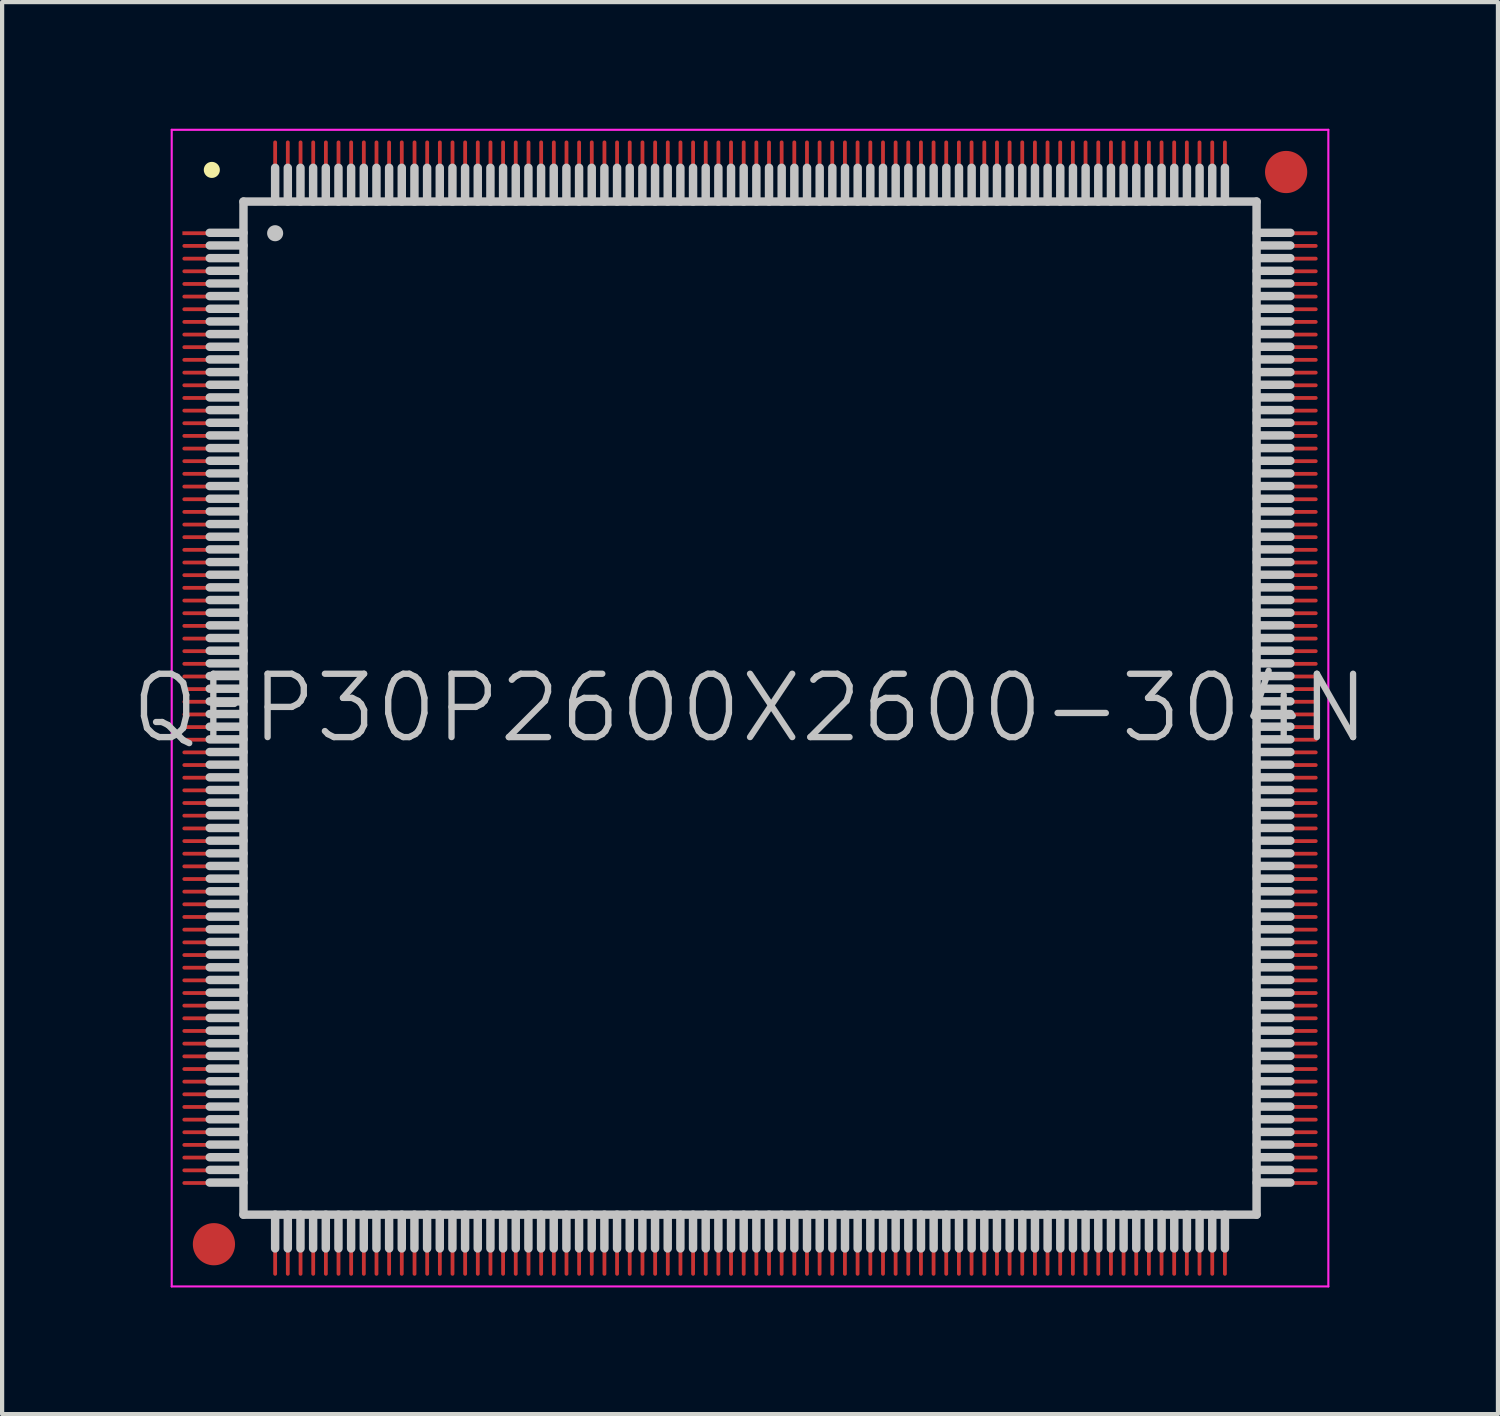
<source format=kicad_pcb>
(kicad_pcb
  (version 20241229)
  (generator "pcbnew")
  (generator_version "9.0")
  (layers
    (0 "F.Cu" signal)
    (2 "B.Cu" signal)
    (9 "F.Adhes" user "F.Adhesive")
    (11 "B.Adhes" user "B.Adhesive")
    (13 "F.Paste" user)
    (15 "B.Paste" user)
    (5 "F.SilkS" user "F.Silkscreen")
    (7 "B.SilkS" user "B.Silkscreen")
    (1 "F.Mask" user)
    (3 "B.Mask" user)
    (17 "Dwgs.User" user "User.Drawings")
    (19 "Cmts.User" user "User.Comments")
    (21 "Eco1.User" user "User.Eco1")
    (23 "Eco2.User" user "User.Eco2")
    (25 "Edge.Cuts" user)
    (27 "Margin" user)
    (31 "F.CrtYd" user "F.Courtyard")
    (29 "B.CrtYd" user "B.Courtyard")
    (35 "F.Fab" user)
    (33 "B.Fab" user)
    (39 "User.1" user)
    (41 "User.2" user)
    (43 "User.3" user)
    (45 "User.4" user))
  (footprint "QFP30P2600X2600-304N"
    (layer "F.Cu")
    (at 14.718 13.725)
    (property "Reference" "QFP30P2600X2600-304N" (at 0 0 0) (layer "Dwgs.User") (effects (font (size 1.5 1.5) (thickness 0.15))))
    (attr smd)
    (fp_line (start -12.75 -12.75) (end -12.75 -12.75) (stroke (width 0.381) (type solid)) (layer "F.SilkS"))
    (fp_line (start -12 -12) (end -12 12) (stroke (width 0.2) (type solid)) (layer "Dwgs.User"))
    (fp_line (start -12 -12) (end 12 -12) (stroke (width 0.2) (type solid)) (layer "Dwgs.User"))
    (fp_line (start -12 -11.26) (end -12.8 -11.26) (stroke (width 0.2) (type solid)) (layer "Dwgs.User"))
    (fp_line (start -12 -10.96) (end -12.8 -10.96) (stroke (width 0.2) (type solid)) (layer "Dwgs.User"))
    (fp_line (start -12 -10.66) (end -12.8 -10.66) (stroke (width 0.2) (type solid)) (layer "Dwgs.User"))
    (fp_line (start -12 -10.36) (end -12.8 -10.36) (stroke (width 0.2) (type solid)) (layer "Dwgs.User"))
    (fp_line (start -12 -10.06) (end -12.8 -10.06) (stroke (width 0.2) (type solid)) (layer "Dwgs.User"))
    (fp_line (start -12 -9.76) (end -12.8 -9.76) (stroke (width 0.2) (type solid)) (layer "Dwgs.User"))
    (fp_line (start -12 -9.46) (end -12.8 -9.46) (stroke (width 0.2) (type solid)) (layer "Dwgs.User"))
    (fp_line (start -12 -9.16) (end -12.8 -9.16) (stroke (width 0.2) (type solid)) (layer "Dwgs.User"))
    (fp_line (start -12 -8.86) (end -12.8 -8.86) (stroke (width 0.2) (type solid)) (layer "Dwgs.User"))
    (fp_line (start -12 -8.56) (end -12.8 -8.56) (stroke (width 0.2) (type solid)) (layer "Dwgs.User"))
    (fp_line (start -12 -8.26) (end -12.8 -8.26) (stroke (width 0.2) (type solid)) (layer "Dwgs.User"))
    (fp_line (start -12 -7.96) (end -12.8 -7.96) (stroke (width 0.2) (type solid)) (layer "Dwgs.User"))
    (fp_line (start -12 -7.66) (end -12.8 -7.66) (stroke (width 0.2) (type solid)) (layer "Dwgs.User"))
    (fp_line (start -12 -7.36) (end -12.8 -7.36) (stroke (width 0.2) (type solid)) (layer "Dwgs.User"))
    (fp_line (start -12 -7.06) (end -12.8 -7.06) (stroke (width 0.2) (type solid)) (layer "Dwgs.User"))
    (fp_line (start -12 -6.76) (end -12.8 -6.76) (stroke (width 0.2) (type solid)) (layer "Dwgs.User"))
    (fp_line (start -12 -6.46) (end -12.8 -6.46) (stroke (width 0.2) (type solid)) (layer "Dwgs.User"))
    (fp_line (start -12 -6.16) (end -12.8 -6.16) (stroke (width 0.2) (type solid)) (layer "Dwgs.User"))
    (fp_line (start -12 -5.86) (end -12.8 -5.86) (stroke (width 0.2) (type solid)) (layer "Dwgs.User"))
    (fp_line (start -12 -5.56) (end -12.8 -5.56) (stroke (width 0.2) (type solid)) (layer "Dwgs.User"))
    (fp_line (start -12 -5.26) (end -12.8 -5.26) (stroke (width 0.2) (type solid)) (layer "Dwgs.User"))
    (fp_line (start -12 -4.96) (end -12.8 -4.96) (stroke (width 0.2) (type solid)) (layer "Dwgs.User"))
    (fp_line (start -12 -4.66) (end -12.8 -4.66) (stroke (width 0.2) (type solid)) (layer "Dwgs.User"))
    (fp_line (start -12 -4.36) (end -12.8 -4.36) (stroke (width 0.2) (type solid)) (layer "Dwgs.User"))
    (fp_line (start -12 -4.06) (end -12.8 -4.06) (stroke (width 0.2) (type solid)) (layer "Dwgs.User"))
    (fp_line (start -12 -3.76) (end -12.8 -3.76) (stroke (width 0.2) (type solid)) (layer "Dwgs.User"))
    (fp_line (start -12 -3.46) (end -12.8 -3.46) (stroke (width 0.2) (type solid)) (layer "Dwgs.User"))
    (fp_line (start -12 -3.16) (end -12.8 -3.16) (stroke (width 0.2) (type solid)) (layer "Dwgs.User"))
    (fp_line (start -12 -2.86) (end -12.8 -2.86) (stroke (width 0.2) (type solid)) (layer "Dwgs.User"))
    (fp_line (start -12 -2.56) (end -12.8 -2.56) (stroke (width 0.2) (type solid)) (layer "Dwgs.User"))
    (fp_line (start -12 -2.26) (end -12.8 -2.26) (stroke (width 0.2) (type solid)) (layer "Dwgs.User"))
    (fp_line (start -12 -1.96) (end -12.8 -1.96) (stroke (width 0.2) (type solid)) (layer "Dwgs.User"))
    (fp_line (start -12 -1.66) (end -12.8 -1.66) (stroke (width 0.2) (type solid)) (layer "Dwgs.User"))
    (fp_line (start -12 -1.36) (end -12.8 -1.36) (stroke (width 0.2) (type solid)) (layer "Dwgs.User"))
    (fp_line (start -12 -1.06) (end -12.8 -1.06) (stroke (width 0.2) (type solid)) (layer "Dwgs.User"))
    (fp_line (start -12 -0.76) (end -12.8 -0.76) (stroke (width 0.2) (type solid)) (layer "Dwgs.User"))
    (fp_line (start -12 -0.46) (end -12.8 -0.46) (stroke (width 0.2) (type solid)) (layer "Dwgs.User"))
    (fp_line (start -12 -0.16) (end -12.8 -0.16) (stroke (width 0.2) (type solid)) (layer "Dwgs.User"))
    (fp_line (start -12 0.14) (end -12.8 0.14) (stroke (width 0.2) (type solid)) (layer "Dwgs.User"))
    (fp_line (start -12 0.44) (end -12.8 0.44) (stroke (width 0.2) (type solid)) (layer "Dwgs.User"))
    (fp_line (start -12 0.74) (end -12.8 0.74) (stroke (width 0.2) (type solid)) (layer "Dwgs.User"))
    (fp_line (start -12 1.04) (end -12.8 1.04) (stroke (width 0.2) (type solid)) (layer "Dwgs.User"))
    (fp_line (start -12 1.34) (end -12.8 1.34) (stroke (width 0.2) (type solid)) (layer "Dwgs.User"))
    (fp_line (start -12 1.64) (end -12.8 1.64) (stroke (width 0.2) (type solid)) (layer "Dwgs.User"))
    (fp_line (start -12 1.94) (end -12.8 1.94) (stroke (width 0.2) (type solid)) (layer "Dwgs.User"))
    (fp_line (start -12 2.24) (end -12.8 2.24) (stroke (width 0.2) (type solid)) (layer "Dwgs.User"))
    (fp_line (start -12 2.54) (end -12.8 2.54) (stroke (width 0.2) (type solid)) (layer "Dwgs.User"))
    (fp_line (start -12 2.84) (end -12.8 2.84) (stroke (width 0.2) (type solid)) (layer "Dwgs.User"))
    (fp_line (start -12 3.14) (end -12.8 3.14) (stroke (width 0.2) (type solid)) (layer "Dwgs.User"))
    (fp_line (start -12 3.44) (end -12.8 3.44) (stroke (width 0.2) (type solid)) (layer "Dwgs.User"))
    (fp_line (start -12 3.74) (end -12.8 3.74) (stroke (width 0.2) (type solid)) (layer "Dwgs.User"))
    (fp_line (start -12 4.04) (end -12.8 4.04) (stroke (width 0.2) (type solid)) (layer "Dwgs.User"))
    (fp_line (start -12 4.34) (end -12.8 4.34) (stroke (width 0.2) (type solid)) (layer "Dwgs.User"))
    (fp_line (start -12 4.64) (end -12.8 4.64) (stroke (width 0.2) (type solid)) (layer "Dwgs.User"))
    (fp_line (start -12 4.94) (end -12.8 4.94) (stroke (width 0.2) (type solid)) (layer "Dwgs.User"))
    (fp_line (start -12 5.24) (end -12.8 5.24) (stroke (width 0.2) (type solid)) (layer "Dwgs.User"))
    (fp_line (start -12 5.54) (end -12.8 5.54) (stroke (width 0.2) (type solid)) (layer "Dwgs.User"))
    (fp_line (start -12 5.84) (end -12.8 5.84) (stroke (width 0.2) (type solid)) (layer "Dwgs.User"))
    (fp_line (start -12 6.14) (end -12.8 6.14) (stroke (width 0.2) (type solid)) (layer "Dwgs.User"))
    (fp_line (start -12 6.44) (end -12.8 6.44) (stroke (width 0.2) (type solid)) (layer "Dwgs.User"))
    (fp_line (start -12 6.74) (end -12.8 6.74) (stroke (width 0.2) (type solid)) (layer "Dwgs.User"))
    (fp_line (start -12 7.04) (end -12.8 7.04) (stroke (width 0.2) (type solid)) (layer "Dwgs.User"))
    (fp_line (start -12 7.34) (end -12.8 7.34) (stroke (width 0.2) (type solid)) (layer "Dwgs.User"))
    (fp_line (start -12 7.64) (end -12.8 7.64) (stroke (width 0.2) (type solid)) (layer "Dwgs.User"))
    (fp_line (start -12 7.94) (end -12.8 7.94) (stroke (width 0.2) (type solid)) (layer "Dwgs.User"))
    (fp_line (start -12 8.24) (end -12.8 8.24) (stroke (width 0.2) (type solid)) (layer "Dwgs.User"))
    (fp_line (start -12 8.54) (end -12.8 8.54) (stroke (width 0.2) (type solid)) (layer "Dwgs.User"))
    (fp_line (start -12 8.84) (end -12.8 8.84) (stroke (width 0.2) (type solid)) (layer "Dwgs.User"))
    (fp_line (start -12 9.14) (end -12.8 9.14) (stroke (width 0.2) (type solid)) (layer "Dwgs.User"))
    (fp_line (start -12 9.44) (end -12.8 9.44) (stroke (width 0.2) (type solid)) (layer "Dwgs.User"))
    (fp_line (start -12 9.74) (end -12.8 9.74) (stroke (width 0.2) (type solid)) (layer "Dwgs.User"))
    (fp_line (start -12 10.04) (end -12.8 10.04) (stroke (width 0.2) (type solid)) (layer "Dwgs.User"))
    (fp_line (start -12 10.34) (end -12.8 10.34) (stroke (width 0.2) (type solid)) (layer "Dwgs.User"))
    (fp_line (start -12 10.64) (end -12.8 10.64) (stroke (width 0.2) (type solid)) (layer "Dwgs.User"))
    (fp_line (start -12 10.94) (end -12.8 10.94) (stroke (width 0.2) (type solid)) (layer "Dwgs.User"))
    (fp_line (start -12 11.24) (end -12.8 11.24) (stroke (width 0.2) (type solid)) (layer "Dwgs.User"))
    (fp_line (start -12 12) (end 12 12) (stroke (width 0.2) (type solid)) (layer "Dwgs.User"))
    (fp_line (start -11.25 -12) (end -11.25 -12.8) (stroke (width 0.2) (type solid)) (layer "Dwgs.User"))
    (fp_line (start -11.25 -11.25) (end -11.25 -11.25) (stroke (width 0.381) (type solid)) (layer "Dwgs.User"))
    (fp_line (start -11.25 12.8) (end -11.25 12) (stroke (width 0.2) (type solid)) (layer "Dwgs.User"))
    (fp_line (start -10.95 -12) (end -10.95 -12.8) (stroke (width 0.2) (type solid)) (layer "Dwgs.User"))
    (fp_line (start -10.95 12.8) (end -10.95 12) (stroke (width 0.2) (type solid)) (layer "Dwgs.User"))
    (fp_line (start -10.65 -12) (end -10.65 -12.8) (stroke (width 0.2) (type solid)) (layer "Dwgs.User"))
    (fp_line (start -10.65 12.8) (end -10.65 12) (stroke (width 0.2) (type solid)) (layer "Dwgs.User"))
    (fp_line (start -10.35 -12) (end -10.35 -12.8) (stroke (width 0.2) (type solid)) (layer "Dwgs.User"))
    (fp_line (start -10.35 12.8) (end -10.35 12) (stroke (width 0.2) (type solid)) (layer "Dwgs.User"))
    (fp_line (start -10.05 -12) (end -10.05 -12.8) (stroke (width 0.2) (type solid)) (layer "Dwgs.User"))
    (fp_line (start -10.05 12.8) (end -10.05 12) (stroke (width 0.2) (type solid)) (layer "Dwgs.User"))
    (fp_line (start -9.75 -12) (end -9.75 -12.8) (stroke (width 0.2) (type solid)) (layer "Dwgs.User"))
    (fp_line (start -9.75 12.8) (end -9.75 12) (stroke (width 0.2) (type solid)) (layer "Dwgs.User"))
    (fp_line (start -9.45 -12) (end -9.45 -12.8) (stroke (width 0.2) (type solid)) (layer "Dwgs.User"))
    (fp_line (start -9.45 12.8) (end -9.45 12) (stroke (width 0.2) (type solid)) (layer "Dwgs.User"))
    (fp_line (start -9.15 -12) (end -9.15 -12.8) (stroke (width 0.2) (type solid)) (layer "Dwgs.User"))
    (fp_line (start -9.15 12.8) (end -9.15 12) (stroke (width 0.2) (type solid)) (layer "Dwgs.User"))
    (fp_line (start -8.85 -12) (end -8.85 -12.8) (stroke (width 0.2) (type solid)) (layer "Dwgs.User"))
    (fp_line (start -8.85 12.8) (end -8.85 12) (stroke (width 0.2) (type solid)) (layer "Dwgs.User"))
    (fp_line (start -8.55 -12) (end -8.55 -12.8) (stroke (width 0.2) (type solid)) (layer "Dwgs.User"))
    (fp_line (start -8.55 12.8) (end -8.55 12) (stroke (width 0.2) (type solid)) (layer "Dwgs.User"))
    (fp_line (start -8.25 -12) (end -8.25 -12.8) (stroke (width 0.2) (type solid)) (layer "Dwgs.User"))
    (fp_line (start -8.25 12.8) (end -8.25 12) (stroke (width 0.2) (type solid)) (layer "Dwgs.User"))
    (fp_line (start -7.95 -12) (end -7.95 -12.8) (stroke (width 0.2) (type solid)) (layer "Dwgs.User"))
    (fp_line (start -7.95 12.8) (end -7.95 12) (stroke (width 0.2) (type solid)) (layer "Dwgs.User"))
    (fp_line (start -7.65 -12) (end -7.65 -12.8) (stroke (width 0.2) (type solid)) (layer "Dwgs.User"))
    (fp_line (start -7.65 12.8) (end -7.65 12) (stroke (width 0.2) (type solid)) (layer "Dwgs.User"))
    (fp_line (start -7.35 -12) (end -7.35 -12.8) (stroke (width 0.2) (type solid)) (layer "Dwgs.User"))
    (fp_line (start -7.35 12.8) (end -7.35 12) (stroke (width 0.2) (type solid)) (layer "Dwgs.User"))
    (fp_line (start -7.05 -12) (end -7.05 -12.8) (stroke (width 0.2) (type solid)) (layer "Dwgs.User"))
    (fp_line (start -7.05 12.8) (end -7.05 12) (stroke (width 0.2) (type solid)) (layer "Dwgs.User"))
    (fp_line (start -6.75 -12) (end -6.75 -12.8) (stroke (width 0.2) (type solid)) (layer "Dwgs.User"))
    (fp_line (start -6.75 12.8) (end -6.75 12) (stroke (width 0.2) (type solid)) (layer "Dwgs.User"))
    (fp_line (start -6.45 -12) (end -6.45 -12.8) (stroke (width 0.2) (type solid)) (layer "Dwgs.User"))
    (fp_line (start -6.45 12.8) (end -6.45 12) (stroke (width 0.2) (type solid)) (layer "Dwgs.User"))
    (fp_line (start -6.15 -12) (end -6.15 -12.8) (stroke (width 0.2) (type solid)) (layer "Dwgs.User"))
    (fp_line (start -6.15 12.8) (end -6.15 12) (stroke (width 0.2) (type solid)) (layer "Dwgs.User"))
    (fp_line (start -5.85 -12) (end -5.85 -12.8) (stroke (width 0.2) (type solid)) (layer "Dwgs.User"))
    (fp_line (start -5.85 12.8) (end -5.85 12) (stroke (width 0.2) (type solid)) (layer "Dwgs.User"))
    (fp_line (start -5.55 -12) (end -5.55 -12.8) (stroke (width 0.2) (type solid)) (layer "Dwgs.User"))
    (fp_line (start -5.55 12.8) (end -5.55 12) (stroke (width 0.2) (type solid)) (layer "Dwgs.User"))
    (fp_line (start -5.25 -12) (end -5.25 -12.8) (stroke (width 0.2) (type solid)) (layer "Dwgs.User"))
    (fp_line (start -5.25 12.8) (end -5.25 12) (stroke (width 0.2) (type solid)) (layer "Dwgs.User"))
    (fp_line (start -4.95 -12) (end -4.95 -12.8) (stroke (width 0.2) (type solid)) (layer "Dwgs.User"))
    (fp_line (start -4.95 12.8) (end -4.95 12) (stroke (width 0.2) (type solid)) (layer "Dwgs.User"))
    (fp_line (start -4.65 -12) (end -4.65 -12.8) (stroke (width 0.2) (type solid)) (layer "Dwgs.User"))
    (fp_line (start -4.65 12.8) (end -4.65 12) (stroke (width 0.2) (type solid)) (layer "Dwgs.User"))
    (fp_line (start -4.35 -12) (end -4.35 -12.8) (stroke (width 0.2) (type solid)) (layer "Dwgs.User"))
    (fp_line (start -4.35 12.8) (end -4.35 12) (stroke (width 0.2) (type solid)) (layer "Dwgs.User"))
    (fp_line (start -4.05 -12) (end -4.05 -12.8) (stroke (width 0.2) (type solid)) (layer "Dwgs.User"))
    (fp_line (start -4.05 12.8) (end -4.05 12) (stroke (width 0.2) (type solid)) (layer "Dwgs.User"))
    (fp_line (start -3.75 -12) (end -3.75 -12.8) (stroke (width 0.2) (type solid)) (layer "Dwgs.User"))
    (fp_line (start -3.75 12.8) (end -3.75 12) (stroke (width 0.2) (type solid)) (layer "Dwgs.User"))
    (fp_line (start -3.45 -12) (end -3.45 -12.8) (stroke (width 0.2) (type solid)) (layer "Dwgs.User"))
    (fp_line (start -3.45 12.8) (end -3.45 12) (stroke (width 0.2) (type solid)) (layer "Dwgs.User"))
    (fp_line (start -3.15 -12) (end -3.15 -12.8) (stroke (width 0.2) (type solid)) (layer "Dwgs.User"))
    (fp_line (start -3.15 12.8) (end -3.15 12) (stroke (width 0.2) (type solid)) (layer "Dwgs.User"))
    (fp_line (start -2.85 -12) (end -2.85 -12.8) (stroke (width 0.2) (type solid)) (layer "Dwgs.User"))
    (fp_line (start -2.85 12.8) (end -2.85 12) (stroke (width 0.2) (type solid)) (layer "Dwgs.User"))
    (fp_line (start -2.55 -12) (end -2.55 -12.8) (stroke (width 0.2) (type solid)) (layer "Dwgs.User"))
    (fp_line (start -2.55 12.8) (end -2.55 12) (stroke (width 0.2) (type solid)) (layer "Dwgs.User"))
    (fp_line (start -2.25 -12) (end -2.25 -12.8) (stroke (width 0.2) (type solid)) (layer "Dwgs.User"))
    (fp_line (start -2.25 12.8) (end -2.25 12) (stroke (width 0.2) (type solid)) (layer "Dwgs.User"))
    (fp_line (start -1.95 -12) (end -1.95 -12.8) (stroke (width 0.2) (type solid)) (layer "Dwgs.User"))
    (fp_line (start -1.95 12.8) (end -1.95 12) (stroke (width 0.2) (type solid)) (layer "Dwgs.User"))
    (fp_line (start -1.65 -12) (end -1.65 -12.8) (stroke (width 0.2) (type solid)) (layer "Dwgs.User"))
    (fp_line (start -1.65 12.8) (end -1.65 12) (stroke (width 0.2) (type solid)) (layer "Dwgs.User"))
    (fp_line (start -1.35 -12) (end -1.35 -12.8) (stroke (width 0.2) (type solid)) (layer "Dwgs.User"))
    (fp_line (start -1.35 12.8) (end -1.35 12) (stroke (width 0.2) (type solid)) (layer "Dwgs.User"))
    (fp_line (start -1.05 -12) (end -1.05 -12.8) (stroke (width 0.2) (type solid)) (layer "Dwgs.User"))
    (fp_line (start -1.05 12.8) (end -1.05 12) (stroke (width 0.2) (type solid)) (layer "Dwgs.User"))
    (fp_line (start -0.75 -12) (end -0.75 -12.8) (stroke (width 0.2) (type solid)) (layer "Dwgs.User"))
    (fp_line (start -0.75 12.8) (end -0.75 12) (stroke (width 0.2) (type solid)) (layer "Dwgs.User"))
    (fp_line (start -0.45 -12) (end -0.45 -12.8) (stroke (width 0.2) (type solid)) (layer "Dwgs.User"))
    (fp_line (start -0.45 12.8) (end -0.45 12) (stroke (width 0.2) (type solid)) (layer "Dwgs.User"))
    (fp_line (start -0.15 -12) (end -0.15 -12.8) (stroke (width 0.2) (type solid)) (layer "Dwgs.User"))
    (fp_line (start -0.15 12.8) (end -0.15 12) (stroke (width 0.2) (type solid)) (layer "Dwgs.User"))
    (fp_line (start 0.15 -12) (end 0.15 -12.8) (stroke (width 0.2) (type solid)) (layer "Dwgs.User"))
    (fp_line (start 0.15 12.8) (end 0.15 12) (stroke (width 0.2) (type solid)) (layer "Dwgs.User"))
    (fp_line (start 0.45 -12) (end 0.45 -12.8) (stroke (width 0.2) (type solid)) (layer "Dwgs.User"))
    (fp_line (start 0.45 12.8) (end 0.45 12) (stroke (width 0.2) (type solid)) (layer "Dwgs.User"))
    (fp_line (start 0.75 -12) (end 0.75 -12.8) (stroke (width 0.2) (type solid)) (layer "Dwgs.User"))
    (fp_line (start 0.75 12.8) (end 0.75 12) (stroke (width 0.2) (type solid)) (layer "Dwgs.User"))
    (fp_line (start 1.05 -12) (end 1.05 -12.8) (stroke (width 0.2) (type solid)) (layer "Dwgs.User"))
    (fp_line (start 1.05 12.8) (end 1.05 12) (stroke (width 0.2) (type solid)) (layer "Dwgs.User"))
    (fp_line (start 1.35 -12) (end 1.35 -12.8) (stroke (width 0.2) (type solid)) (layer "Dwgs.User"))
    (fp_line (start 1.35 12.8) (end 1.35 12) (stroke (width 0.2) (type solid)) (layer "Dwgs.User"))
    (fp_line (start 1.65 -12) (end 1.65 -12.8) (stroke (width 0.2) (type solid)) (layer "Dwgs.User"))
    (fp_line (start 1.65 12.8) (end 1.65 12) (stroke (width 0.2) (type solid)) (layer "Dwgs.User"))
    (fp_line (start 1.95 -12) (end 1.95 -12.8) (stroke (width 0.2) (type solid)) (layer "Dwgs.User"))
    (fp_line (start 1.95 12.8) (end 1.95 12) (stroke (width 0.2) (type solid)) (layer "Dwgs.User"))
    (fp_line (start 2.25 -12) (end 2.25 -12.8) (stroke (width 0.2) (type solid)) (layer "Dwgs.User"))
    (fp_line (start 2.25 12.8) (end 2.25 12) (stroke (width 0.2) (type solid)) (layer "Dwgs.User"))
    (fp_line (start 2.55 -12) (end 2.55 -12.8) (stroke (width 0.2) (type solid)) (layer "Dwgs.User"))
    (fp_line (start 2.55 12.8) (end 2.55 12) (stroke (width 0.2) (type solid)) (layer "Dwgs.User"))
    (fp_line (start 2.85 -12) (end 2.85 -12.8) (stroke (width 0.2) (type solid)) (layer "Dwgs.User"))
    (fp_line (start 2.85 12.8) (end 2.85 12) (stroke (width 0.2) (type solid)) (layer "Dwgs.User"))
    (fp_line (start 3.15 -12) (end 3.15 -12.8) (stroke (width 0.2) (type solid)) (layer "Dwgs.User"))
    (fp_line (start 3.15 12.8) (end 3.15 12) (stroke (width 0.2) (type solid)) (layer "Dwgs.User"))
    (fp_line (start 3.45 -12) (end 3.45 -12.8) (stroke (width 0.2) (type solid)) (layer "Dwgs.User"))
    (fp_line (start 3.45 12.8) (end 3.45 12) (stroke (width 0.2) (type solid)) (layer "Dwgs.User"))
    (fp_line (start 3.75 -12) (end 3.75 -12.8) (stroke (width 0.2) (type solid)) (layer "Dwgs.User"))
    (fp_line (start 3.75 12.8) (end 3.75 12) (stroke (width 0.2) (type solid)) (layer "Dwgs.User"))
    (fp_line (start 4.05 -12) (end 4.05 -12.8) (stroke (width 0.2) (type solid)) (layer "Dwgs.User"))
    (fp_line (start 4.05 12.8) (end 4.05 12) (stroke (width 0.2) (type solid)) (layer "Dwgs.User"))
    (fp_line (start 4.35 -12) (end 4.35 -12.8) (stroke (width 0.2) (type solid)) (layer "Dwgs.User"))
    (fp_line (start 4.35 12.8) (end 4.35 12) (stroke (width 0.2) (type solid)) (layer "Dwgs.User"))
    (fp_line (start 4.65 -12) (end 4.65 -12.8) (stroke (width 0.2) (type solid)) (layer "Dwgs.User"))
    (fp_line (start 4.65 12.8) (end 4.65 12) (stroke (width 0.2) (type solid)) (layer "Dwgs.User"))
    (fp_line (start 4.95 -12) (end 4.95 -12.8) (stroke (width 0.2) (type solid)) (layer "Dwgs.User"))
    (fp_line (start 4.95 12.8) (end 4.95 12) (stroke (width 0.2) (type solid)) (layer "Dwgs.User"))
    (fp_line (start 5.25 -12) (end 5.25 -12.8) (stroke (width 0.2) (type solid)) (layer "Dwgs.User"))
    (fp_line (start 5.25 12.8) (end 5.25 12) (stroke (width 0.2) (type solid)) (layer "Dwgs.User"))
    (fp_line (start 5.55 -12) (end 5.55 -12.8) (stroke (width 0.2) (type solid)) (layer "Dwgs.User"))
    (fp_line (start 5.55 12.8) (end 5.55 12) (stroke (width 0.2) (type solid)) (layer "Dwgs.User"))
    (fp_line (start 5.85 -12) (end 5.85 -12.8) (stroke (width 0.2) (type solid)) (layer "Dwgs.User"))
    (fp_line (start 5.85 12.8) (end 5.85 12) (stroke (width 0.2) (type solid)) (layer "Dwgs.User"))
    (fp_line (start 6.15 -12) (end 6.15 -12.8) (stroke (width 0.2) (type solid)) (layer "Dwgs.User"))
    (fp_line (start 6.15 12.8) (end 6.15 12) (stroke (width 0.2) (type solid)) (layer "Dwgs.User"))
    (fp_line (start 6.45 -12) (end 6.45 -12.8) (stroke (width 0.2) (type solid)) (layer "Dwgs.User"))
    (fp_line (start 6.45 12.8) (end 6.45 12) (stroke (width 0.2) (type solid)) (layer "Dwgs.User"))
    (fp_line (start 6.75 -12) (end 6.75 -12.8) (stroke (width 0.2) (type solid)) (layer "Dwgs.User"))
    (fp_line (start 6.75 12.8) (end 6.75 12) (stroke (width 0.2) (type solid)) (layer "Dwgs.User"))
    (fp_line (start 7.05 -12) (end 7.05 -12.8) (stroke (width 0.2) (type solid)) (layer "Dwgs.User"))
    (fp_line (start 7.05 12.8) (end 7.05 12) (stroke (width 0.2) (type solid)) (layer "Dwgs.User"))
    (fp_line (start 7.35 -12) (end 7.35 -12.8) (stroke (width 0.2) (type solid)) (layer "Dwgs.User"))
    (fp_line (start 7.35 12.8) (end 7.35 12) (stroke (width 0.2) (type solid)) (layer "Dwgs.User"))
    (fp_line (start 7.65 -12) (end 7.65 -12.8) (stroke (width 0.2) (type solid)) (layer "Dwgs.User"))
    (fp_line (start 7.65 12.8) (end 7.65 12) (stroke (width 0.2) (type solid)) (layer "Dwgs.User"))
    (fp_line (start 7.95 -12) (end 7.95 -12.8) (stroke (width 0.2) (type solid)) (layer "Dwgs.User"))
    (fp_line (start 7.95 12.8) (end 7.95 12) (stroke (width 0.2) (type solid)) (layer "Dwgs.User"))
    (fp_line (start 8.25 -12) (end 8.25 -12.8) (stroke (width 0.2) (type solid)) (layer "Dwgs.User"))
    (fp_line (start 8.25 12.8) (end 8.25 12) (stroke (width 0.2) (type solid)) (layer "Dwgs.User"))
    (fp_line (start 8.55 -12) (end 8.55 -12.8) (stroke (width 0.2) (type solid)) (layer "Dwgs.User"))
    (fp_line (start 8.55 12.8) (end 8.55 12) (stroke (width 0.2) (type solid)) (layer "Dwgs.User"))
    (fp_line (start 8.85 -12) (end 8.85 -12.8) (stroke (width 0.2) (type solid)) (layer "Dwgs.User"))
    (fp_line (start 8.85 12.8) (end 8.85 12) (stroke (width 0.2) (type solid)) (layer "Dwgs.User"))
    (fp_line (start 9.15 -12) (end 9.15 -12.8) (stroke (width 0.2) (type solid)) (layer "Dwgs.User"))
    (fp_line (start 9.15 12.8) (end 9.15 12) (stroke (width 0.2) (type solid)) (layer "Dwgs.User"))
    (fp_line (start 9.45 -12) (end 9.45 -12.8) (stroke (width 0.2) (type solid)) (layer "Dwgs.User"))
    (fp_line (start 9.45 12.8) (end 9.45 12) (stroke (width 0.2) (type solid)) (layer "Dwgs.User"))
    (fp_line (start 9.75 -12) (end 9.75 -12.8) (stroke (width 0.2) (type solid)) (layer "Dwgs.User"))
    (fp_line (start 9.75 12.8) (end 9.75 12) (stroke (width 0.2) (type solid)) (layer "Dwgs.User"))
    (fp_line (start 10.05 -12) (end 10.05 -12.8) (stroke (width 0.2) (type solid)) (layer "Dwgs.User"))
    (fp_line (start 10.05 12.8) (end 10.05 12) (stroke (width 0.2) (type solid)) (layer "Dwgs.User"))
    (fp_line (start 10.35 -12) (end 10.35 -12.8) (stroke (width 0.2) (type solid)) (layer "Dwgs.User"))
    (fp_line (start 10.35 12.8) (end 10.35 12) (stroke (width 0.2) (type solid)) (layer "Dwgs.User"))
    (fp_line (start 10.65 -12) (end 10.65 -12.8) (stroke (width 0.2) (type solid)) (layer "Dwgs.User"))
    (fp_line (start 10.65 12.8) (end 10.65 12) (stroke (width 0.2) (type solid)) (layer "Dwgs.User"))
    (fp_line (start 10.95 -12) (end 10.95 -12.8) (stroke (width 0.2) (type solid)) (layer "Dwgs.User"))
    (fp_line (start 10.95 12.8) (end 10.95 12) (stroke (width 0.2) (type solid)) (layer "Dwgs.User"))
    (fp_line (start 11.25 -12) (end 11.25 -12.8) (stroke (width 0.2) (type solid)) (layer "Dwgs.User"))
    (fp_line (start 11.25 12.8) (end 11.25 12) (stroke (width 0.2) (type solid)) (layer "Dwgs.User"))
    (fp_line (start 12 -12) (end 12 12) (stroke (width 0.2) (type solid)) (layer "Dwgs.User"))
    (fp_line (start 12.8 -11.26) (end 12 -11.26) (stroke (width 0.2) (type solid)) (layer "Dwgs.User"))
    (fp_line (start 12.8 -10.96) (end 12 -10.96) (stroke (width 0.2) (type solid)) (layer "Dwgs.User"))
    (fp_line (start 12.8 -10.66) (end 12 -10.66) (stroke (width 0.2) (type solid)) (layer "Dwgs.User"))
    (fp_line (start 12.8 -10.36) (end 12 -10.36) (stroke (width 0.2) (type solid)) (layer "Dwgs.User"))
    (fp_line (start 12.8 -10.06) (end 12 -10.06) (stroke (width 0.2) (type solid)) (layer "Dwgs.User"))
    (fp_line (start 12.8 -9.76) (end 12 -9.76) (stroke (width 0.2) (type solid)) (layer "Dwgs.User"))
    (fp_line (start 12.8 -9.46) (end 12 -9.46) (stroke (width 0.2) (type solid)) (layer "Dwgs.User"))
    (fp_line (start 12.8 -9.16) (end 12 -9.16) (stroke (width 0.2) (type solid)) (layer "Dwgs.User"))
    (fp_line (start 12.8 -8.86) (end 12 -8.86) (stroke (width 0.2) (type solid)) (layer "Dwgs.User"))
    (fp_line (start 12.8 -8.56) (end 12 -8.56) (stroke (width 0.2) (type solid)) (layer "Dwgs.User"))
    (fp_line (start 12.8 -8.26) (end 12 -8.26) (stroke (width 0.2) (type solid)) (layer "Dwgs.User"))
    (fp_line (start 12.8 -7.96) (end 12 -7.96) (stroke (width 0.2) (type solid)) (layer "Dwgs.User"))
    (fp_line (start 12.8 -7.66) (end 12 -7.66) (stroke (width 0.2) (type solid)) (layer "Dwgs.User"))
    (fp_line (start 12.8 -7.36) (end 12 -7.36) (stroke (width 0.2) (type solid)) (layer "Dwgs.User"))
    (fp_line (start 12.8 -7.06) (end 12 -7.06) (stroke (width 0.2) (type solid)) (layer "Dwgs.User"))
    (fp_line (start 12.8 -6.76) (end 12 -6.76) (stroke (width 0.2) (type solid)) (layer "Dwgs.User"))
    (fp_line (start 12.8 -6.46) (end 12 -6.46) (stroke (width 0.2) (type solid)) (layer "Dwgs.User"))
    (fp_line (start 12.8 -6.16) (end 12 -6.16) (stroke (width 0.2) (type solid)) (layer "Dwgs.User"))
    (fp_line (start 12.8 -5.86) (end 12 -5.86) (stroke (width 0.2) (type solid)) (layer "Dwgs.User"))
    (fp_line (start 12.8 -5.56) (end 12 -5.56) (stroke (width 0.2) (type solid)) (layer "Dwgs.User"))
    (fp_line (start 12.8 -5.26) (end 12 -5.26) (stroke (width 0.2) (type solid)) (layer "Dwgs.User"))
    (fp_line (start 12.8 -4.96) (end 12 -4.96) (stroke (width 0.2) (type solid)) (layer "Dwgs.User"))
    (fp_line (start 12.8 -4.66) (end 12 -4.66) (stroke (width 0.2) (type solid)) (layer "Dwgs.User"))
    (fp_line (start 12.8 -4.36) (end 12 -4.36) (stroke (width 0.2) (type solid)) (layer "Dwgs.User"))
    (fp_line (start 12.8 -4.06) (end 12 -4.06) (stroke (width 0.2) (type solid)) (layer "Dwgs.User"))
    (fp_line (start 12.8 -3.76) (end 12 -3.76) (stroke (width 0.2) (type solid)) (layer "Dwgs.User"))
    (fp_line (start 12.8 -3.46) (end 12 -3.46) (stroke (width 0.2) (type solid)) (layer "Dwgs.User"))
    (fp_line (start 12.8 -3.16) (end 12 -3.16) (stroke (width 0.2) (type solid)) (layer "Dwgs.User"))
    (fp_line (start 12.8 -2.86) (end 12 -2.86) (stroke (width 0.2) (type solid)) (layer "Dwgs.User"))
    (fp_line (start 12.8 -2.56) (end 12 -2.56) (stroke (width 0.2) (type solid)) (layer "Dwgs.User"))
    (fp_line (start 12.8 -2.26) (end 12 -2.26) (stroke (width 0.2) (type solid)) (layer "Dwgs.User"))
    (fp_line (start 12.8 -1.96) (end 12 -1.96) (stroke (width 0.2) (type solid)) (layer "Dwgs.User"))
    (fp_line (start 12.8 -1.66) (end 12 -1.66) (stroke (width 0.2) (type solid)) (layer "Dwgs.User"))
    (fp_line (start 12.8 -1.36) (end 12 -1.36) (stroke (width 0.2) (type solid)) (layer "Dwgs.User"))
    (fp_line (start 12.8 -1.06) (end 12 -1.06) (stroke (width 0.2) (type solid)) (layer "Dwgs.User"))
    (fp_line (start 12.8 -0.76) (end 12 -0.76) (stroke (width 0.2) (type solid)) (layer "Dwgs.User"))
    (fp_line (start 12.8 -0.46) (end 12 -0.46) (stroke (width 0.2) (type solid)) (layer "Dwgs.User"))
    (fp_line (start 12.8 -0.16) (end 12 -0.16) (stroke (width 0.2) (type solid)) (layer "Dwgs.User"))
    (fp_line (start 12.8 0.14) (end 12 0.14) (stroke (width 0.2) (type solid)) (layer "Dwgs.User"))
    (fp_line (start 12.8 0.44) (end 12 0.44) (stroke (width 0.2) (type solid)) (layer "Dwgs.User"))
    (fp_line (start 12.8 0.74) (end 12 0.74) (stroke (width 0.2) (type solid)) (layer "Dwgs.User"))
    (fp_line (start 12.8 1.04) (end 12 1.04) (stroke (width 0.2) (type solid)) (layer "Dwgs.User"))
    (fp_line (start 12.8 1.34) (end 12 1.34) (stroke (width 0.2) (type solid)) (layer "Dwgs.User"))
    (fp_line (start 12.8 1.64) (end 12 1.64) (stroke (width 0.2) (type solid)) (layer "Dwgs.User"))
    (fp_line (start 12.8 1.94) (end 12 1.94) (stroke (width 0.2) (type solid)) (layer "Dwgs.User"))
    (fp_line (start 12.8 2.24) (end 12 2.24) (stroke (width 0.2) (type solid)) (layer "Dwgs.User"))
    (fp_line (start 12.8 2.54) (end 12 2.54) (stroke (width 0.2) (type solid)) (layer "Dwgs.User"))
    (fp_line (start 12.8 2.84) (end 12 2.84) (stroke (width 0.2) (type solid)) (layer "Dwgs.User"))
    (fp_line (start 12.8 3.14) (end 12 3.14) (stroke (width 0.2) (type solid)) (layer "Dwgs.User"))
    (fp_line (start 12.8 3.44) (end 12 3.44) (stroke (width 0.2) (type solid)) (layer "Dwgs.User"))
    (fp_line (start 12.8 3.74) (end 12 3.74) (stroke (width 0.2) (type solid)) (layer "Dwgs.User"))
    (fp_line (start 12.8 4.04) (end 12 4.04) (stroke (width 0.2) (type solid)) (layer "Dwgs.User"))
    (fp_line (start 12.8 4.34) (end 12 4.34) (stroke (width 0.2) (type solid)) (layer "Dwgs.User"))
    (fp_line (start 12.8 4.64) (end 12 4.64) (stroke (width 0.2) (type solid)) (layer "Dwgs.User"))
    (fp_line (start 12.8 4.94) (end 12 4.94) (stroke (width 0.2) (type solid)) (layer "Dwgs.User"))
    (fp_line (start 12.8 5.24) (end 12 5.24) (stroke (width 0.2) (type solid)) (layer "Dwgs.User"))
    (fp_line (start 12.8 5.54) (end 12 5.54) (stroke (width 0.2) (type solid)) (layer "Dwgs.User"))
    (fp_line (start 12.8 5.84) (end 12 5.84) (stroke (width 0.2) (type solid)) (layer "Dwgs.User"))
    (fp_line (start 12.8 6.14) (end 12 6.14) (stroke (width 0.2) (type solid)) (layer "Dwgs.User"))
    (fp_line (start 12.8 6.44) (end 12 6.44) (stroke (width 0.2) (type solid)) (layer "Dwgs.User"))
    (fp_line (start 12.8 6.74) (end 12 6.74) (stroke (width 0.2) (type solid)) (layer "Dwgs.User"))
    (fp_line (start 12.8 7.04) (end 12 7.04) (stroke (width 0.2) (type solid)) (layer "Dwgs.User"))
    (fp_line (start 12.8 7.34) (end 12 7.34) (stroke (width 0.2) (type solid)) (layer "Dwgs.User"))
    (fp_line (start 12.8 7.64) (end 12 7.64) (stroke (width 0.2) (type solid)) (layer "Dwgs.User"))
    (fp_line (start 12.8 7.94) (end 12 7.94) (stroke (width 0.2) (type solid)) (layer "Dwgs.User"))
    (fp_line (start 12.8 8.24) (end 12 8.24) (stroke (width 0.2) (type solid)) (layer "Dwgs.User"))
    (fp_line (start 12.8 8.54) (end 12 8.54) (stroke (width 0.2) (type solid)) (layer "Dwgs.User"))
    (fp_line (start 12.8 8.84) (end 12 8.84) (stroke (width 0.2) (type solid)) (layer "Dwgs.User"))
    (fp_line (start 12.8 9.14) (end 12 9.14) (stroke (width 0.2) (type solid)) (layer "Dwgs.User"))
    (fp_line (start 12.8 9.44) (end 12 9.44) (stroke (width 0.2) (type solid)) (layer "Dwgs.User"))
    (fp_line (start 12.8 9.74) (end 12 9.74) (stroke (width 0.2) (type solid)) (layer "Dwgs.User"))
    (fp_line (start 12.8 10.04) (end 12 10.04) (stroke (width 0.2) (type solid)) (layer "Dwgs.User"))
    (fp_line (start 12.8 10.34) (end 12 10.34) (stroke (width 0.2) (type solid)) (layer "Dwgs.User"))
    (fp_line (start 12.8 10.64) (end 12 10.64) (stroke (width 0.2) (type solid)) (layer "Dwgs.User"))
    (fp_line (start 12.8 10.94) (end 12 10.94) (stroke (width 0.2) (type solid)) (layer "Dwgs.User"))
    (fp_line (start 12.8 11.24) (end 12 11.24) (stroke (width 0.2) (type solid)) (layer "Dwgs.User"))
    (fp_line (start -13.7 -13.7) (end -13.7 13.7) (stroke (width 0.05) (type solid)) (layer "F.CrtYd"))
    (fp_line (start -13.7 -13.7) (end 13.7 -13.7) (stroke (width 0.05) (type solid)) (layer "F.CrtYd"))
    (fp_line (start -13.7 13.7) (end 13.7 13.7) (stroke (width 0.05) (type solid)) (layer "F.CrtYd"))
    (fp_line (start 13.7 -13.7) (end 13.7 13.7) (stroke (width 0.05) (type solid)) (layer "F.CrtYd"))
    (pad "" smd circle (at -12.7 12.7) (size 1 1) (layers "F.Cu" "F.Mask"))
    (pad "" smd circle (at 12.7 -12.7) (size 1 1) (layers "F.Cu" "F.Mask"))
    (pad "1" smd rect (at -12.697 -11.25 90) (size 0.09 1.5) (layers "F.Cu" "F.Mask" "F.Paste"))
    (pad "2" smd oval (at -12.697 -10.95 90) (size 0.09 1.5) (layers "F.Cu" "F.Mask" "F.Paste"))
    (pad "3" smd oval (at -12.697 -10.648 90) (size 0.09 1.5) (layers "F.Cu" "F.Mask" "F.Paste"))
    (pad "4" smd oval (at -12.697 -10.348 90) (size 0.09 1.5) (layers "F.Cu" "F.Mask" "F.Paste"))
    (pad "5" smd oval (at -12.697 -10.048 90) (size 0.09 1.5) (layers "F.Cu" "F.Mask" "F.Paste"))
    (pad "6" smd oval (at -12.697 -9.749 90) (size 0.09 1.5) (layers "F.Cu" "F.Mask" "F.Paste"))
    (pad "7" smd oval (at -12.697 -9.449 90) (size 0.09 1.5) (layers "F.Cu" "F.Mask" "F.Paste"))
    (pad "8" smd oval (at -12.697 -9.149 90) (size 0.09 1.5) (layers "F.Cu" "F.Mask" "F.Paste"))
    (pad "9" smd oval (at -12.697 -8.849 90) (size 0.09 1.5) (layers "F.Cu" "F.Mask" "F.Paste"))
    (pad "10" smd oval (at -12.697 -8.55 90) (size 0.09 1.5) (layers "F.Cu" "F.Mask" "F.Paste"))
    (pad "11" smd oval (at -12.697 -8.25 90) (size 0.09 1.5) (layers "F.Cu" "F.Mask" "F.Paste"))
    (pad "12" smd oval (at -12.697 -7.948 90) (size 0.09 1.5) (layers "F.Cu" "F.Mask" "F.Paste"))
    (pad "13" smd oval (at -12.697 -7.648 90) (size 0.09 1.5) (layers "F.Cu" "F.Mask" "F.Paste"))
    (pad "14" smd oval (at -12.697 -7.348 90) (size 0.09 1.5) (layers "F.Cu" "F.Mask" "F.Paste"))
    (pad "15" smd oval (at -12.697 -7.048 90) (size 0.09 1.5) (layers "F.Cu" "F.Mask" "F.Paste"))
    (pad "16" smd oval (at -12.697 -6.749 90) (size 0.09 1.5) (layers "F.Cu" "F.Mask" "F.Paste"))
    (pad "17" smd oval (at -12.697 -6.449 90) (size 0.09 1.5) (layers "F.Cu" "F.Mask" "F.Paste"))
    (pad "18" smd oval (at -12.697 -6.149 90) (size 0.09 1.5) (layers "F.Cu" "F.Mask" "F.Paste"))
    (pad "19" smd oval (at -12.697 -5.85 90) (size 0.09 1.5) (layers "F.Cu" "F.Mask" "F.Paste"))
    (pad "20" smd oval (at -12.697 -5.55 90) (size 0.09 1.5) (layers "F.Cu" "F.Mask" "F.Paste"))
    (pad "21" smd oval (at -12.697 -5.248 90) (size 0.09 1.5) (layers "F.Cu" "F.Mask" "F.Paste"))
    (pad "22" smd oval (at -12.697 -4.948 90) (size 0.09 1.5) (layers "F.Cu" "F.Mask" "F.Paste"))
    (pad "23" smd oval (at -12.697 -4.648 90) (size 0.09 1.5) (layers "F.Cu" "F.Mask" "F.Paste"))
    (pad "24" smd oval (at -12.697 -4.348 90) (size 0.09 1.5) (layers "F.Cu" "F.Mask" "F.Paste"))
    (pad "25" smd oval (at -12.697 -4.049 90) (size 0.09 1.5) (layers "F.Cu" "F.Mask" "F.Paste"))
    (pad "26" smd oval (at -12.697 -3.749 90) (size 0.09 1.5) (layers "F.Cu" "F.Mask" "F.Paste"))
    (pad "27" smd oval (at -12.697 -3.449 90) (size 0.09 1.5) (layers "F.Cu" "F.Mask" "F.Paste"))
    (pad "28" smd oval (at -12.697 -3.15 90) (size 0.09 1.5) (layers "F.Cu" "F.Mask" "F.Paste"))
    (pad "29" smd oval (at -12.697 -2.85 90) (size 0.09 1.5) (layers "F.Cu" "F.Mask" "F.Paste"))
    (pad "30" smd oval (at -12.697 -2.548 90) (size 0.09 1.5) (layers "F.Cu" "F.Mask" "F.Paste"))
    (pad "31" smd oval (at -12.697 -2.248 90) (size 0.09 1.5) (layers "F.Cu" "F.Mask" "F.Paste"))
    (pad "32" smd oval (at -12.697 -1.948 90) (size 0.09 1.5) (layers "F.Cu" "F.Mask" "F.Paste"))
    (pad "33" smd oval (at -12.697 -1.648 90) (size 0.09 1.5) (layers "F.Cu" "F.Mask" "F.Paste"))
    (pad "34" smd oval (at -12.697 -1.349 90) (size 0.09 1.5) (layers "F.Cu" "F.Mask" "F.Paste"))
    (pad "35" smd oval (at -12.697 -1.049 90) (size 0.09 1.5) (layers "F.Cu" "F.Mask" "F.Paste"))
    (pad "36" smd oval (at -12.697 -0.749 90) (size 0.09 1.5) (layers "F.Cu" "F.Mask" "F.Paste"))
    (pad "37" smd oval (at -12.697 -0.45 90) (size 0.09 1.5) (layers "F.Cu" "F.Mask" "F.Paste"))
    (pad "38" smd oval (at -12.697 -0.15 90) (size 0.09 1.5) (layers "F.Cu" "F.Mask" "F.Paste"))
    (pad "39" smd oval (at -12.697 0.15 90) (size 0.09 1.5) (layers "F.Cu" "F.Mask" "F.Paste"))
    (pad "40" smd oval (at -12.697 0.45 90) (size 0.09 1.5) (layers "F.Cu" "F.Mask" "F.Paste"))
    (pad "41" smd oval (at -12.697 0.749 90) (size 0.09 1.5) (layers "F.Cu" "F.Mask" "F.Paste"))
    (pad "42" smd oval (at -12.697 1.049 90) (size 0.09 1.5) (layers "F.Cu" "F.Mask" "F.Paste"))
    (pad "43" smd oval (at -12.697 1.349 90) (size 0.09 1.5) (layers "F.Cu" "F.Mask" "F.Paste"))
    (pad "44" smd oval (at -12.697 1.648 90) (size 0.09 1.5) (layers "F.Cu" "F.Mask" "F.Paste"))
    (pad "45" smd oval (at -12.697 1.948 90) (size 0.09 1.5) (layers "F.Cu" "F.Mask" "F.Paste"))
    (pad "46" smd oval (at -12.697 2.248 90) (size 0.09 1.5) (layers "F.Cu" "F.Mask" "F.Paste"))
    (pad "47" smd oval (at -12.697 2.548 90) (size 0.09 1.5) (layers "F.Cu" "F.Mask" "F.Paste"))
    (pad "48" smd oval (at -12.697 2.85 90) (size 0.09 1.5) (layers "F.Cu" "F.Mask" "F.Paste"))
    (pad "49" smd oval (at -12.697 3.15 90) (size 0.09 1.5) (layers "F.Cu" "F.Mask" "F.Paste"))
    (pad "50" smd oval (at -12.697 3.449 90) (size 0.09 1.5) (layers "F.Cu" "F.Mask" "F.Paste"))
    (pad "51" smd oval (at -12.697 3.749 90) (size 0.09 1.5) (layers "F.Cu" "F.Mask" "F.Paste"))
    (pad "52" smd oval (at -12.697 4.049 90) (size 0.09 1.5) (layers "F.Cu" "F.Mask" "F.Paste"))
    (pad "53" smd oval (at -12.697 4.348 90) (size 0.09 1.5) (layers "F.Cu" "F.Mask" "F.Paste"))
    (pad "54" smd oval (at -12.697 4.648 90) (size 0.09 1.5) (layers "F.Cu" "F.Mask" "F.Paste"))
    (pad "55" smd oval (at -12.697 4.948 90) (size 0.09 1.5) (layers "F.Cu" "F.Mask" "F.Paste"))
    (pad "56" smd oval (at -12.697 5.248 90) (size 0.09 1.5) (layers "F.Cu" "F.Mask" "F.Paste"))
    (pad "57" smd oval (at -12.697 5.55 90) (size 0.09 1.5) (layers "F.Cu" "F.Mask" "F.Paste"))
    (pad "58" smd oval (at -12.697 5.85 90) (size 0.09 1.5) (layers "F.Cu" "F.Mask" "F.Paste"))
    (pad "59" smd oval (at -12.697 6.149 90) (size 0.09 1.5) (layers "F.Cu" "F.Mask" "F.Paste"))
    (pad "60" smd oval (at -12.697 6.449 90) (size 0.09 1.5) (layers "F.Cu" "F.Mask" "F.Paste"))
    (pad "61" smd oval (at -12.697 6.749 90) (size 0.09 1.5) (layers "F.Cu" "F.Mask" "F.Paste"))
    (pad "62" smd oval (at -12.697 7.048 90) (size 0.09 1.5) (layers "F.Cu" "F.Mask" "F.Paste"))
    (pad "63" smd oval (at -12.697 7.348 90) (size 0.09 1.5) (layers "F.Cu" "F.Mask" "F.Paste"))
    (pad "64" smd oval (at -12.697 7.648 90) (size 0.09 1.5) (layers "F.Cu" "F.Mask" "F.Paste"))
    (pad "65" smd oval (at -12.697 7.948 90) (size 0.09 1.5) (layers "F.Cu" "F.Mask" "F.Paste"))
    (pad "66" smd oval (at -12.697 8.25 90) (size 0.09 1.5) (layers "F.Cu" "F.Mask" "F.Paste"))
    (pad "67" smd oval (at -12.697 8.55 90) (size 0.09 1.5) (layers "F.Cu" "F.Mask" "F.Paste"))
    (pad "68" smd oval (at -12.697 8.849 90) (size 0.09 1.5) (layers "F.Cu" "F.Mask" "F.Paste"))
    (pad "69" smd oval (at -12.697 9.149 90) (size 0.09 1.5) (layers "F.Cu" "F.Mask" "F.Paste"))
    (pad "70" smd oval (at -12.697 9.449 90) (size 0.09 1.5) (layers "F.Cu" "F.Mask" "F.Paste"))
    (pad "71" smd oval (at -12.697 9.749 90) (size 0.09 1.5) (layers "F.Cu" "F.Mask" "F.Paste"))
    (pad "72" smd oval (at -12.697 10.048 90) (size 0.09 1.5) (layers "F.Cu" "F.Mask" "F.Paste"))
    (pad "73" smd oval (at -12.697 10.348 90) (size 0.09 1.5) (layers "F.Cu" "F.Mask" "F.Paste"))
    (pad "74" smd oval (at -12.697 10.648 90) (size 0.09 1.5) (layers "F.Cu" "F.Mask" "F.Paste"))
    (pad "75" smd oval (at -12.697 10.95 90) (size 0.09 1.5) (layers "F.Cu" "F.Mask" "F.Paste"))
    (pad "76" smd oval (at -12.697 11.25 90) (size 0.09 1.5) (layers "F.Cu" "F.Mask" "F.Paste"))
    (pad "77" smd oval (at -11.25 12.697 180) (size 0.09 1.5) (layers "F.Cu" "F.Mask" "F.Paste"))
    (pad "78" smd oval (at -10.95 12.697 180) (size 0.09 1.5) (layers "F.Cu" "F.Mask" "F.Paste"))
    (pad "79" smd oval (at -10.648 12.697 180) (size 0.09 1.5) (layers "F.Cu" "F.Mask" "F.Paste"))
    (pad "80" smd oval (at -10.348 12.697 180) (size 0.09 1.5) (layers "F.Cu" "F.Mask" "F.Paste"))
    (pad "81" smd oval (at -10.048 12.697 180) (size 0.09 1.5) (layers "F.Cu" "F.Mask" "F.Paste"))
    (pad "82" smd oval (at -9.749 12.697 180) (size 0.09 1.5) (layers "F.Cu" "F.Mask" "F.Paste"))
    (pad "83" smd oval (at -9.449 12.697 180) (size 0.09 1.5) (layers "F.Cu" "F.Mask" "F.Paste"))
    (pad "84" smd oval (at -9.149 12.697 180) (size 0.09 1.5) (layers "F.Cu" "F.Mask" "F.Paste"))
    (pad "85" smd oval (at -8.849 12.697 180) (size 0.09 1.5) (layers "F.Cu" "F.Mask" "F.Paste"))
    (pad "86" smd oval (at -8.55 12.697 180) (size 0.09 1.5) (layers "F.Cu" "F.Mask" "F.Paste"))
    (pad "87" smd oval (at -8.25 12.697 180) (size 0.09 1.5) (layers "F.Cu" "F.Mask" "F.Paste"))
    (pad "88" smd oval (at -7.948 12.697 180) (size 0.09 1.5) (layers "F.Cu" "F.Mask" "F.Paste"))
    (pad "89" smd oval (at -7.648 12.697 180) (size 0.09 1.5) (layers "F.Cu" "F.Mask" "F.Paste"))
    (pad "90" smd oval (at -7.348 12.697 180) (size 0.09 1.5) (layers "F.Cu" "F.Mask" "F.Paste"))
    (pad "91" smd oval (at -7.048 12.697 180) (size 0.09 1.5) (layers "F.Cu" "F.Mask" "F.Paste"))
    (pad "92" smd oval (at -6.749 12.697 180) (size 0.09 1.5) (layers "F.Cu" "F.Mask" "F.Paste"))
    (pad "93" smd oval (at -6.449 12.697 180) (size 0.09 1.5) (layers "F.Cu" "F.Mask" "F.Paste"))
    (pad "94" smd oval (at -6.149 12.697 180) (size 0.09 1.5) (layers "F.Cu" "F.Mask" "F.Paste"))
    (pad "95" smd oval (at -5.85 12.697 180) (size 0.09 1.5) (layers "F.Cu" "F.Mask" "F.Paste"))
    (pad "96" smd oval (at -5.55 12.697 180) (size 0.09 1.5) (layers "F.Cu" "F.Mask" "F.Paste"))
    (pad "97" smd oval (at -5.248 12.697 180) (size 0.09 1.5) (layers "F.Cu" "F.Mask" "F.Paste"))
    (pad "98" smd oval (at -4.948 12.697 180) (size 0.09 1.5) (layers "F.Cu" "F.Mask" "F.Paste"))
    (pad "99" smd oval (at -4.648 12.697 180) (size 0.09 1.5) (layers "F.Cu" "F.Mask" "F.Paste"))
    (pad "100" smd oval (at -4.348 12.697 180) (size 0.09 1.5) (layers "F.Cu" "F.Mask" "F.Paste"))
    (pad "101" smd oval (at -4.049 12.697 180) (size 0.09 1.5) (layers "F.Cu" "F.Mask" "F.Paste"))
    (pad "102" smd oval (at -3.749 12.697 180) (size 0.09 1.5) (layers "F.Cu" "F.Mask" "F.Paste"))
    (pad "103" smd oval (at -3.449 12.697 180) (size 0.09 1.5) (layers "F.Cu" "F.Mask" "F.Paste"))
    (pad "104" smd oval (at -3.15 12.697 180) (size 0.09 1.5) (layers "F.Cu" "F.Mask" "F.Paste"))
    (pad "105" smd oval (at -2.85 12.697 180) (size 0.09 1.5) (layers "F.Cu" "F.Mask" "F.Paste"))
    (pad "106" smd oval (at -2.548 12.697 180) (size 0.09 1.5) (layers "F.Cu" "F.Mask" "F.Paste"))
    (pad "107" smd oval (at -2.248 12.697 180) (size 0.09 1.5) (layers "F.Cu" "F.Mask" "F.Paste"))
    (pad "108" smd oval (at -1.948 12.697 180) (size 0.09 1.5) (layers "F.Cu" "F.Mask" "F.Paste"))
    (pad "109" smd oval (at -1.648 12.697 180) (size 0.09 1.5) (layers "F.Cu" "F.Mask" "F.Paste"))
    (pad "110" smd oval (at -1.349 12.697 180) (size 0.09 1.5) (layers "F.Cu" "F.Mask" "F.Paste"))
    (pad "111" smd oval (at -1.049 12.697 180) (size 0.09 1.5) (layers "F.Cu" "F.Mask" "F.Paste"))
    (pad "112" smd oval (at -0.749 12.697 180) (size 0.09 1.5) (layers "F.Cu" "F.Mask" "F.Paste"))
    (pad "113" smd oval (at -0.45 12.697 180) (size 0.09 1.5) (layers "F.Cu" "F.Mask" "F.Paste"))
    (pad "114" smd oval (at -0.15 12.697 180) (size 0.09 1.5) (layers "F.Cu" "F.Mask" "F.Paste"))
    (pad "115" smd oval (at 0.15 12.697 180) (size 0.09 1.5) (layers "F.Cu" "F.Mask" "F.Paste"))
    (pad "116" smd oval (at 0.45 12.697 180) (size 0.09 1.5) (layers "F.Cu" "F.Mask" "F.Paste"))
    (pad "117" smd oval (at 0.749 12.697 180) (size 0.09 1.5) (layers "F.Cu" "F.Mask" "F.Paste"))
    (pad "118" smd oval (at 1.049 12.697 180) (size 0.09 1.5) (layers "F.Cu" "F.Mask" "F.Paste"))
    (pad "119" smd oval (at 1.349 12.697 180) (size 0.09 1.5) (layers "F.Cu" "F.Mask" "F.Paste"))
    (pad "120" smd oval (at 1.648 12.697 180) (size 0.09 1.5) (layers "F.Cu" "F.Mask" "F.Paste"))
    (pad "121" smd oval (at 1.948 12.697 180) (size 0.09 1.5) (layers "F.Cu" "F.Mask" "F.Paste"))
    (pad "122" smd oval (at 2.248 12.697 180) (size 0.09 1.5) (layers "F.Cu" "F.Mask" "F.Paste"))
    (pad "123" smd oval (at 2.548 12.697 180) (size 0.09 1.5) (layers "F.Cu" "F.Mask" "F.Paste"))
    (pad "124" smd oval (at 2.85 12.697 180) (size 0.09 1.5) (layers "F.Cu" "F.Mask" "F.Paste"))
    (pad "125" smd oval (at 3.15 12.697 180) (size 0.09 1.5) (layers "F.Cu" "F.Mask" "F.Paste"))
    (pad "126" smd oval (at 3.449 12.697 180) (size 0.09 1.5) (layers "F.Cu" "F.Mask" "F.Paste"))
    (pad "127" smd oval (at 3.749 12.697 180) (size 0.09 1.5) (layers "F.Cu" "F.Mask" "F.Paste"))
    (pad "128" smd oval (at 4.049 12.697 180) (size 0.09 1.5) (layers "F.Cu" "F.Mask" "F.Paste"))
    (pad "129" smd oval (at 4.348 12.697 180) (size 0.09 1.5) (layers "F.Cu" "F.Mask" "F.Paste"))
    (pad "130" smd oval (at 4.648 12.697 180) (size 0.09 1.5) (layers "F.Cu" "F.Mask" "F.Paste"))
    (pad "131" smd oval (at 4.948 12.697 180) (size 0.09 1.5) (layers "F.Cu" "F.Mask" "F.Paste"))
    (pad "132" smd oval (at 5.248 12.697 180) (size 0.09 1.5) (layers "F.Cu" "F.Mask" "F.Paste"))
    (pad "133" smd oval (at 5.55 12.697 180) (size 0.09 1.5) (layers "F.Cu" "F.Mask" "F.Paste"))
    (pad "134" smd oval (at 5.85 12.697 180) (size 0.09 1.5) (layers "F.Cu" "F.Mask" "F.Paste"))
    (pad "135" smd oval (at 6.149 12.697 180) (size 0.09 1.5) (layers "F.Cu" "F.Mask" "F.Paste"))
    (pad "136" smd oval (at 6.449 12.697 180) (size 0.09 1.5) (layers "F.Cu" "F.Mask" "F.Paste"))
    (pad "137" smd oval (at 6.749 12.697 180) (size 0.09 1.5) (layers "F.Cu" "F.Mask" "F.Paste"))
    (pad "138" smd oval (at 7.048 12.697 180) (size 0.09 1.5) (layers "F.Cu" "F.Mask" "F.Paste"))
    (pad "139" smd oval (at 7.348 12.697 180) (size 0.09 1.5) (layers "F.Cu" "F.Mask" "F.Paste"))
    (pad "140" smd oval (at 7.648 12.697 180) (size 0.09 1.5) (layers "F.Cu" "F.Mask" "F.Paste"))
    (pad "141" smd oval (at 7.948 12.697 180) (size 0.09 1.5) (layers "F.Cu" "F.Mask" "F.Paste"))
    (pad "142" smd oval (at 8.25 12.697 180) (size 0.09 1.5) (layers "F.Cu" "F.Mask" "F.Paste"))
    (pad "143" smd oval (at 8.55 12.697 180) (size 0.09 1.5) (layers "F.Cu" "F.Mask" "F.Paste"))
    (pad "144" smd oval (at 8.849 12.697 180) (size 0.09 1.5) (layers "F.Cu" "F.Mask" "F.Paste"))
    (pad "145" smd oval (at 9.149 12.697 180) (size 0.09 1.5) (layers "F.Cu" "F.Mask" "F.Paste"))
    (pad "146" smd oval (at 9.449 12.697 180) (size 0.09 1.5) (layers "F.Cu" "F.Mask" "F.Paste"))
    (pad "147" smd oval (at 9.749 12.697 180) (size 0.09 1.5) (layers "F.Cu" "F.Mask" "F.Paste"))
    (pad "148" smd oval (at 10.048 12.697 180) (size 0.09 1.5) (layers "F.Cu" "F.Mask" "F.Paste"))
    (pad "149" smd oval (at 10.348 12.697 180) (size 0.09 1.5) (layers "F.Cu" "F.Mask" "F.Paste"))
    (pad "150" smd oval (at 10.648 12.697 180) (size 0.09 1.5) (layers "F.Cu" "F.Mask" "F.Paste"))
    (pad "151" smd oval (at 10.95 12.697 180) (size 0.09 1.5) (layers "F.Cu" "F.Mask" "F.Paste"))
    (pad "152" smd oval (at 11.25 12.697 180) (size 0.09 1.5) (layers "F.Cu" "F.Mask" "F.Paste"))
    (pad "153" smd oval (at 12.697 11.25 270) (size 0.09 1.5) (layers "F.Cu" "F.Mask" "F.Paste"))
    (pad "154" smd oval (at 12.697 10.95 270) (size 0.09 1.5) (layers "F.Cu" "F.Mask" "F.Paste"))
    (pad "155" smd oval (at 12.697 10.648 270) (size 0.09 1.5) (layers "F.Cu" "F.Mask" "F.Paste"))
    (pad "156" smd oval (at 12.697 10.348 270) (size 0.09 1.5) (layers "F.Cu" "F.Mask" "F.Paste"))
    (pad "157" smd oval (at 12.697 10.048 270) (size 0.09 1.5) (layers "F.Cu" "F.Mask" "F.Paste"))
    (pad "158" smd oval (at 12.697 9.749 270) (size 0.09 1.5) (layers "F.Cu" "F.Mask" "F.Paste"))
    (pad "159" smd oval (at 12.697 9.449 270) (size 0.09 1.5) (layers "F.Cu" "F.Mask" "F.Paste"))
    (pad "160" smd oval (at 12.697 9.149 270) (size 0.09 1.5) (layers "F.Cu" "F.Mask" "F.Paste"))
    (pad "161" smd oval (at 12.697 8.849 270) (size 0.09 1.5) (layers "F.Cu" "F.Mask" "F.Paste"))
    (pad "162" smd oval (at 12.697 8.55 270) (size 0.09 1.5) (layers "F.Cu" "F.Mask" "F.Paste"))
    (pad "163" smd oval (at 12.697 8.25 270) (size 0.09 1.5) (layers "F.Cu" "F.Mask" "F.Paste"))
    (pad "164" smd oval (at 12.697 7.948 270) (size 0.09 1.5) (layers "F.Cu" "F.Mask" "F.Paste"))
    (pad "165" smd oval (at 12.697 7.648 270) (size 0.09 1.5) (layers "F.Cu" "F.Mask" "F.Paste"))
    (pad "166" smd oval (at 12.697 7.348 270) (size 0.09 1.5) (layers "F.Cu" "F.Mask" "F.Paste"))
    (pad "167" smd oval (at 12.697 7.048 270) (size 0.09 1.5) (layers "F.Cu" "F.Mask" "F.Paste"))
    (pad "168" smd oval (at 12.697 6.749 270) (size 0.09 1.5) (layers "F.Cu" "F.Mask" "F.Paste"))
    (pad "169" smd oval (at 12.697 6.449 270) (size 0.09 1.5) (layers "F.Cu" "F.Mask" "F.Paste"))
    (pad "170" smd oval (at 12.697 6.149 270) (size 0.09 1.5) (layers "F.Cu" "F.Mask" "F.Paste"))
    (pad "171" smd oval (at 12.697 5.85 270) (size 0.09 1.5) (layers "F.Cu" "F.Mask" "F.Paste"))
    (pad "172" smd oval (at 12.697 5.55 270) (size 0.09 1.5) (layers "F.Cu" "F.Mask" "F.Paste"))
    (pad "173" smd oval (at 12.697 5.248 270) (size 0.09 1.5) (layers "F.Cu" "F.Mask" "F.Paste"))
    (pad "174" smd oval (at 12.697 4.948 270) (size 0.09 1.5) (layers "F.Cu" "F.Mask" "F.Paste"))
    (pad "175" smd oval (at 12.697 4.648 270) (size 0.09 1.5) (layers "F.Cu" "F.Mask" "F.Paste"))
    (pad "176" smd oval (at 12.697 4.348 270) (size 0.09 1.5) (layers "F.Cu" "F.Mask" "F.Paste"))
    (pad "177" smd oval (at 12.697 4.049 270) (size 0.09 1.5) (layers "F.Cu" "F.Mask" "F.Paste"))
    (pad "178" smd oval (at 12.697 3.749 270) (size 0.09 1.5) (layers "F.Cu" "F.Mask" "F.Paste"))
    (pad "179" smd oval (at 12.697 3.449 270) (size 0.09 1.5) (layers "F.Cu" "F.Mask" "F.Paste"))
    (pad "180" smd oval (at 12.697 3.15 270) (size 0.09 1.5) (layers "F.Cu" "F.Mask" "F.Paste"))
    (pad "181" smd oval (at 12.697 2.85 270) (size 0.09 1.5) (layers "F.Cu" "F.Mask" "F.Paste"))
    (pad "182" smd oval (at 12.697 2.548 270) (size 0.09 1.5) (layers "F.Cu" "F.Mask" "F.Paste"))
    (pad "183" smd oval (at 12.697 2.248 270) (size 0.09 1.5) (layers "F.Cu" "F.Mask" "F.Paste"))
    (pad "184" smd oval (at 12.697 1.948 270) (size 0.09 1.5) (layers "F.Cu" "F.Mask" "F.Paste"))
    (pad "185" smd oval (at 12.697 1.648 270) (size 0.09 1.5) (layers "F.Cu" "F.Mask" "F.Paste"))
    (pad "186" smd oval (at 12.697 1.349 270) (size 0.09 1.5) (layers "F.Cu" "F.Mask" "F.Paste"))
    (pad "187" smd oval (at 12.697 1.049 270) (size 0.09 1.5) (layers "F.Cu" "F.Mask" "F.Paste"))
    (pad "188" smd oval (at 12.697 0.749 270) (size 0.09 1.5) (layers "F.Cu" "F.Mask" "F.Paste"))
    (pad "189" smd oval (at 12.697 0.45 270) (size 0.09 1.5) (layers "F.Cu" "F.Mask" "F.Paste"))
    (pad "190" smd oval (at 12.697 0.15 270) (size 0.09 1.5) (layers "F.Cu" "F.Mask" "F.Paste"))
    (pad "191" smd oval (at 12.697 -0.15 270) (size 0.09 1.5) (layers "F.Cu" "F.Mask" "F.Paste"))
    (pad "192" smd oval (at 12.697 -0.45 270) (size 0.09 1.5) (layers "F.Cu" "F.Mask" "F.Paste"))
    (pad "193" smd oval (at 12.697 -0.749 270) (size 0.09 1.5) (layers "F.Cu" "F.Mask" "F.Paste"))
    (pad "194" smd oval (at 12.697 -1.049 270) (size 0.09 1.5) (layers "F.Cu" "F.Mask" "F.Paste"))
    (pad "195" smd oval (at 12.697 -1.349 270) (size 0.09 1.5) (layers "F.Cu" "F.Mask" "F.Paste"))
    (pad "196" smd oval (at 12.697 -1.648 270) (size 0.09 1.5) (layers "F.Cu" "F.Mask" "F.Paste"))
    (pad "197" smd oval (at 12.697 -1.948 270) (size 0.09 1.5) (layers "F.Cu" "F.Mask" "F.Paste"))
    (pad "198" smd oval (at 12.697 -2.248 270) (size 0.09 1.5) (layers "F.Cu" "F.Mask" "F.Paste"))
    (pad "199" smd oval (at 12.697 -2.548 270) (size 0.09 1.5) (layers "F.Cu" "F.Mask" "F.Paste"))
    (pad "200" smd oval (at 12.697 -2.85 270) (size 0.09 1.5) (layers "F.Cu" "F.Mask" "F.Paste"))
    (pad "201" smd oval (at 12.697 -3.15 270) (size 0.09 1.5) (layers "F.Cu" "F.Mask" "F.Paste"))
    (pad "202" smd oval (at 12.697 -3.449 270) (size 0.09 1.5) (layers "F.Cu" "F.Mask" "F.Paste"))
    (pad "203" smd oval (at 12.697 -3.749 270) (size 0.09 1.5) (layers "F.Cu" "F.Mask" "F.Paste"))
    (pad "204" smd oval (at 12.697 -4.049 270) (size 0.09 1.5) (layers "F.Cu" "F.Mask" "F.Paste"))
    (pad "205" smd oval (at 12.697 -4.348 270) (size 0.09 1.5) (layers "F.Cu" "F.Mask" "F.Paste"))
    (pad "206" smd oval (at 12.697 -4.648 270) (size 0.09 1.5) (layers "F.Cu" "F.Mask" "F.Paste"))
    (pad "207" smd oval (at 12.697 -4.948 270) (size 0.09 1.5) (layers "F.Cu" "F.Mask" "F.Paste"))
    (pad "208" smd oval (at 12.697 -5.248 270) (size 0.09 1.5) (layers "F.Cu" "F.Mask" "F.Paste"))
    (pad "209" smd oval (at 12.697 -5.55 270) (size 0.09 1.5) (layers "F.Cu" "F.Mask" "F.Paste"))
    (pad "210" smd oval (at 12.697 -5.85 270) (size 0.09 1.5) (layers "F.Cu" "F.Mask" "F.Paste"))
    (pad "211" smd oval (at 12.697 -6.149 270) (size 0.09 1.5) (layers "F.Cu" "F.Mask" "F.Paste"))
    (pad "212" smd oval (at 12.697 -6.449 270) (size 0.09 1.5) (layers "F.Cu" "F.Mask" "F.Paste"))
    (pad "213" smd oval (at 12.697 -6.749 270) (size 0.09 1.5) (layers "F.Cu" "F.Mask" "F.Paste"))
    (pad "214" smd oval (at 12.697 -7.048 270) (size 0.09 1.5) (layers "F.Cu" "F.Mask" "F.Paste"))
    (pad "215" smd oval (at 12.697 -7.348 270) (size 0.09 1.5) (layers "F.Cu" "F.Mask" "F.Paste"))
    (pad "216" smd oval (at 12.697 -7.648 270) (size 0.09 1.5) (layers "F.Cu" "F.Mask" "F.Paste"))
    (pad "217" smd oval (at 12.697 -7.948 270) (size 0.09 1.5) (layers "F.Cu" "F.Mask" "F.Paste"))
    (pad "218" smd oval (at 12.697 -8.25 270) (size 0.09 1.5) (layers "F.Cu" "F.Mask" "F.Paste"))
    (pad "219" smd oval (at 12.697 -8.55 270) (size 0.09 1.5) (layers "F.Cu" "F.Mask" "F.Paste"))
    (pad "220" smd oval (at 12.697 -8.849 270) (size 0.09 1.5) (layers "F.Cu" "F.Mask" "F.Paste"))
    (pad "221" smd oval (at 12.697 -9.149 270) (size 0.09 1.5) (layers "F.Cu" "F.Mask" "F.Paste"))
    (pad "222" smd oval (at 12.697 -9.449 270) (size 0.09 1.5) (layers "F.Cu" "F.Mask" "F.Paste"))
    (pad "223" smd oval (at 12.697 -9.749 270) (size 0.09 1.5) (layers "F.Cu" "F.Mask" "F.Paste"))
    (pad "224" smd oval (at 12.697 -10.048 270) (size 0.09 1.5) (layers "F.Cu" "F.Mask" "F.Paste"))
    (pad "225" smd oval (at 12.697 -10.348 270) (size 0.09 1.5) (layers "F.Cu" "F.Mask" "F.Paste"))
    (pad "226" smd oval (at 12.697 -10.648 270) (size 0.09 1.5) (layers "F.Cu" "F.Mask" "F.Paste"))
    (pad "227" smd oval (at 12.697 -10.95 270) (size 0.09 1.5) (layers "F.Cu" "F.Mask" "F.Paste"))
    (pad "228" smd oval (at 12.697 -11.25 270) (size 0.09 1.5) (layers "F.Cu" "F.Mask" "F.Paste"))
    (pad "229" smd oval (at 11.25 -12.697) (size 0.09 1.5) (layers "F.Cu" "F.Mask" "F.Paste"))
    (pad "230" smd oval (at 10.95 -12.697) (size 0.09 1.5) (layers "F.Cu" "F.Mask" "F.Paste"))
    (pad "231" smd oval (at 10.648 -12.697) (size 0.09 1.5) (layers "F.Cu" "F.Mask" "F.Paste"))
    (pad "232" smd oval (at 10.348 -12.697) (size 0.09 1.5) (layers "F.Cu" "F.Mask" "F.Paste"))
    (pad "233" smd oval (at 10.048 -12.697) (size 0.09 1.5) (layers "F.Cu" "F.Mask" "F.Paste"))
    (pad "234" smd oval (at 9.749 -12.697) (size 0.09 1.5) (layers "F.Cu" "F.Mask" "F.Paste"))
    (pad "235" smd oval (at 9.449 -12.697) (size 0.09 1.5) (layers "F.Cu" "F.Mask" "F.Paste"))
    (pad "236" smd oval (at 9.149 -12.697) (size 0.09 1.5) (layers "F.Cu" "F.Mask" "F.Paste"))
    (pad "237" smd oval (at 8.849 -12.697) (size 0.09 1.5) (layers "F.Cu" "F.Mask" "F.Paste"))
    (pad "238" smd oval (at 8.55 -12.697) (size 0.09 1.5) (layers "F.Cu" "F.Mask" "F.Paste"))
    (pad "239" smd oval (at 8.25 -12.697) (size 0.09 1.5) (layers "F.Cu" "F.Mask" "F.Paste"))
    (pad "240" smd oval (at 7.948 -12.697) (size 0.09 1.5) (layers "F.Cu" "F.Mask" "F.Paste"))
    (pad "241" smd oval (at 7.648 -12.697) (size 0.09 1.5) (layers "F.Cu" "F.Mask" "F.Paste"))
    (pad "242" smd oval (at 7.348 -12.697) (size 0.09 1.5) (layers "F.Cu" "F.Mask" "F.Paste"))
    (pad "243" smd oval (at 7.048 -12.697) (size 0.09 1.5) (layers "F.Cu" "F.Mask" "F.Paste"))
    (pad "244" smd oval (at 6.749 -12.697) (size 0.09 1.5) (layers "F.Cu" "F.Mask" "F.Paste"))
    (pad "245" smd oval (at 6.449 -12.697) (size 0.09 1.5) (layers "F.Cu" "F.Mask" "F.Paste"))
    (pad "246" smd oval (at 6.149 -12.697) (size 0.09 1.5) (layers "F.Cu" "F.Mask" "F.Paste"))
    (pad "247" smd oval (at 5.85 -12.697) (size 0.09 1.5) (layers "F.Cu" "F.Mask" "F.Paste"))
    (pad "248" smd oval (at 5.55 -12.697) (size 0.09 1.5) (layers "F.Cu" "F.Mask" "F.Paste"))
    (pad "249" smd oval (at 5.248 -12.697) (size 0.09 1.5) (layers "F.Cu" "F.Mask" "F.Paste"))
    (pad "250" smd oval (at 4.948 -12.697) (size 0.09 1.5) (layers "F.Cu" "F.Mask" "F.Paste"))
    (pad "251" smd oval (at 4.648 -12.697) (size 0.09 1.5) (layers "F.Cu" "F.Mask" "F.Paste"))
    (pad "252" smd oval (at 4.348 -12.697) (size 0.09 1.5) (layers "F.Cu" "F.Mask" "F.Paste"))
    (pad "253" smd oval (at 4.049 -12.697) (size 0.09 1.5) (layers "F.Cu" "F.Mask" "F.Paste"))
    (pad "254" smd oval (at 3.749 -12.697) (size 0.09 1.5) (layers "F.Cu" "F.Mask" "F.Paste"))
    (pad "255" smd oval (at 3.449 -12.697) (size 0.09 1.5) (layers "F.Cu" "F.Mask" "F.Paste"))
    (pad "256" smd oval (at 3.15 -12.697) (size 0.09 1.5) (layers "F.Cu" "F.Mask" "F.Paste"))
    (pad "257" smd oval (at 2.85 -12.697) (size 0.09 1.5) (layers "F.Cu" "F.Mask" "F.Paste"))
    (pad "258" smd oval (at 2.548 -12.697) (size 0.09 1.5) (layers "F.Cu" "F.Mask" "F.Paste"))
    (pad "259" smd oval (at 2.248 -12.697) (size 0.09 1.5) (layers "F.Cu" "F.Mask" "F.Paste"))
    (pad "260" smd oval (at 1.948 -12.697) (size 0.09 1.5) (layers "F.Cu" "F.Mask" "F.Paste"))
    (pad "261" smd oval (at 1.648 -12.697) (size 0.09 1.5) (layers "F.Cu" "F.Mask" "F.Paste"))
    (pad "262" smd oval (at 1.349 -12.697) (size 0.09 1.5) (layers "F.Cu" "F.Mask" "F.Paste"))
    (pad "263" smd oval (at 1.049 -12.697) (size 0.09 1.5) (layers "F.Cu" "F.Mask" "F.Paste"))
    (pad "264" smd oval (at 0.749 -12.697) (size 0.09 1.5) (layers "F.Cu" "F.Mask" "F.Paste"))
    (pad "265" smd oval (at 0.45 -12.697) (size 0.09 1.5) (layers "F.Cu" "F.Mask" "F.Paste"))
    (pad "266" smd oval (at 0.15 -12.697) (size 0.09 1.5) (layers "F.Cu" "F.Mask" "F.Paste"))
    (pad "267" smd oval (at -0.15 -12.697) (size 0.09 1.5) (layers "F.Cu" "F.Mask" "F.Paste"))
    (pad "268" smd oval (at -0.45 -12.697) (size 0.09 1.5) (layers "F.Cu" "F.Mask" "F.Paste"))
    (pad "269" smd oval (at -0.749 -12.697) (size 0.09 1.5) (layers "F.Cu" "F.Mask" "F.Paste"))
    (pad "270" smd oval (at -1.049 -12.697) (size 0.09 1.5) (layers "F.Cu" "F.Mask" "F.Paste"))
    (pad "271" smd oval (at -1.349 -12.697) (size 0.09 1.5) (layers "F.Cu" "F.Mask" "F.Paste"))
    (pad "272" smd oval (at -1.648 -12.697) (size 0.09 1.5) (layers "F.Cu" "F.Mask" "F.Paste"))
    (pad "273" smd oval (at -1.948 -12.697) (size 0.09 1.5) (layers "F.Cu" "F.Mask" "F.Paste"))
    (pad "274" smd oval (at -2.248 -12.697) (size 0.09 1.5) (layers "F.Cu" "F.Mask" "F.Paste"))
    (pad "275" smd oval (at -2.548 -12.697) (size 0.09 1.5) (layers "F.Cu" "F.Mask" "F.Paste"))
    (pad "276" smd oval (at -2.85 -12.697) (size 0.09 1.5) (layers "F.Cu" "F.Mask" "F.Paste"))
    (pad "277" smd oval (at -3.15 -12.697) (size 0.09 1.5) (layers "F.Cu" "F.Mask" "F.Paste"))
    (pad "278" smd oval (at -3.449 -12.697) (size 0.09 1.5) (layers "F.Cu" "F.Mask" "F.Paste"))
    (pad "279" smd oval (at -3.749 -12.697) (size 0.09 1.5) (layers "F.Cu" "F.Mask" "F.Paste"))
    (pad "280" smd oval (at -4.049 -12.697) (size 0.09 1.5) (layers "F.Cu" "F.Mask" "F.Paste"))
    (pad "281" smd oval (at -4.348 -12.697) (size 0.09 1.5) (layers "F.Cu" "F.Mask" "F.Paste"))
    (pad "282" smd oval (at -4.648 -12.697) (size 0.09 1.5) (layers "F.Cu" "F.Mask" "F.Paste"))
    (pad "283" smd oval (at -4.948 -12.697) (size 0.09 1.5) (layers "F.Cu" "F.Mask" "F.Paste"))
    (pad "284" smd oval (at -5.248 -12.697) (size 0.09 1.5) (layers "F.Cu" "F.Mask" "F.Paste"))
    (pad "285" smd oval (at -5.55 -12.697) (size 0.09 1.5) (layers "F.Cu" "F.Mask" "F.Paste"))
    (pad "286" smd oval (at -5.85 -12.697) (size 0.09 1.5) (layers "F.Cu" "F.Mask" "F.Paste"))
    (pad "287" smd oval (at -6.149 -12.697) (size 0.09 1.5) (layers "F.Cu" "F.Mask" "F.Paste"))
    (pad "288" smd oval (at -6.449 -12.697) (size 0.09 1.5) (layers "F.Cu" "F.Mask" "F.Paste"))
    (pad "289" smd oval (at -6.749 -12.697) (size 0.09 1.5) (layers "F.Cu" "F.Mask" "F.Paste"))
    (pad "290" smd oval (at -7.048 -12.697) (size 0.09 1.5) (layers "F.Cu" "F.Mask" "F.Paste"))
    (pad "291" smd oval (at -7.348 -12.697) (size 0.09 1.5) (layers "F.Cu" "F.Mask" "F.Paste"))
    (pad "292" smd oval (at -7.648 -12.697) (size 0.09 1.5) (layers "F.Cu" "F.Mask" "F.Paste"))
    (pad "293" smd oval (at -7.948 -12.697) (size 0.09 1.5) (layers "F.Cu" "F.Mask" "F.Paste"))
    (pad "294" smd oval (at -8.25 -12.697) (size 0.09 1.5) (layers "F.Cu" "F.Mask" "F.Paste"))
    (pad "295" smd oval (at -8.55 -12.697) (size 0.09 1.5) (layers "F.Cu" "F.Mask" "F.Paste"))
    (pad "296" smd oval (at -8.849 -12.697) (size 0.09 1.5) (layers "F.Cu" "F.Mask" "F.Paste"))
    (pad "297" smd oval (at -9.149 -12.697) (size 0.09 1.5) (layers "F.Cu" "F.Mask" "F.Paste"))
    (pad "298" smd oval (at -9.449 -12.697) (size 0.09 1.5) (layers "F.Cu" "F.Mask" "F.Paste"))
    (pad "299" smd oval (at -9.749 -12.697) (size 0.09 1.5) (layers "F.Cu" "F.Mask" "F.Paste"))
    (pad "300" smd oval (at -10.048 -12.697) (size 0.09 1.5) (layers "F.Cu" "F.Mask" "F.Paste"))
    (pad "301" smd oval (at -10.348 -12.697) (size 0.09 1.5) (layers "F.Cu" "F.Mask" "F.Paste"))
    (pad "302" smd oval (at -10.648 -12.697) (size 0.09 1.5) (layers "F.Cu" "F.Mask" "F.Paste"))
    (pad "303" smd oval (at -10.95 -12.697) (size 0.09 1.5) (layers "F.Cu" "F.Mask" "F.Paste"))
    (pad "304" smd oval (at -11.25 -12.697) (size 0.09 1.5) (layers "F.Cu" "F.Mask" "F.Paste")))
  (gr_rect
    (start -3 -3)
    (end 32.436 30.45)
    (stroke (width 0.1) (type default))
    (fill no)
    (layer "Edge.Cuts")))
</source>
